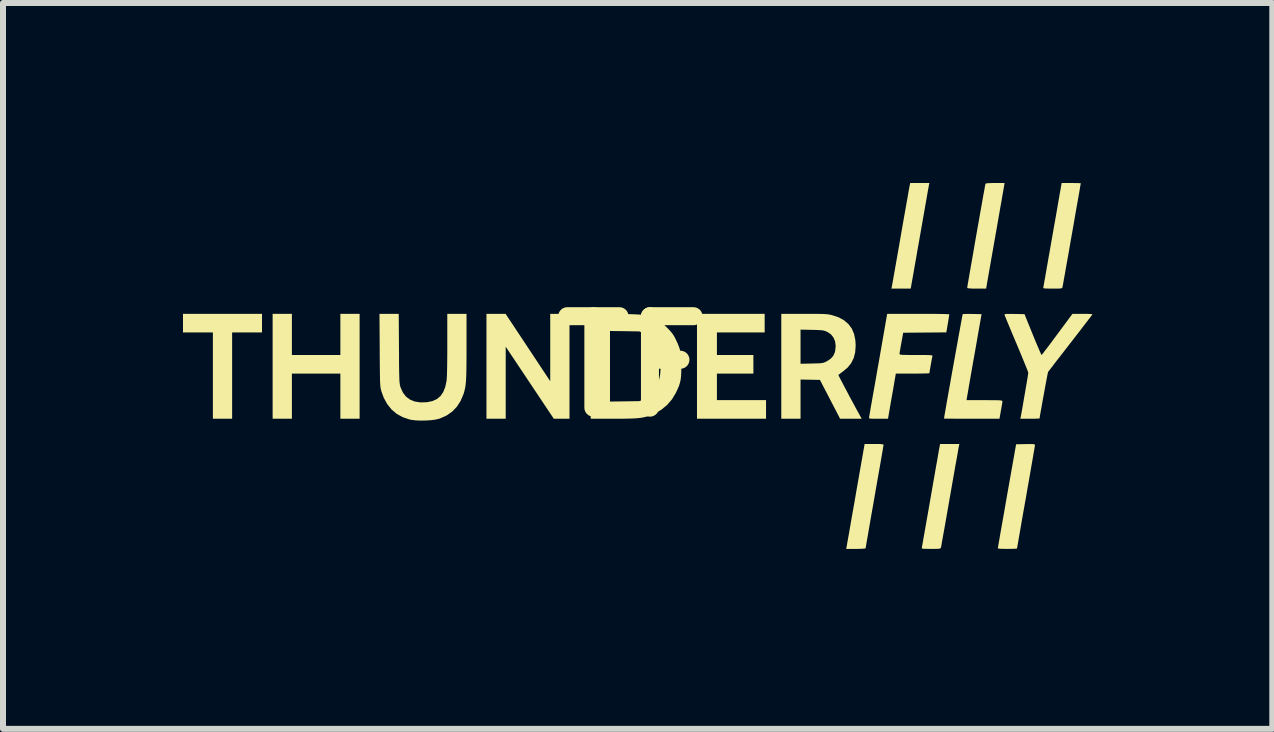
<source format=kicad_pcb>
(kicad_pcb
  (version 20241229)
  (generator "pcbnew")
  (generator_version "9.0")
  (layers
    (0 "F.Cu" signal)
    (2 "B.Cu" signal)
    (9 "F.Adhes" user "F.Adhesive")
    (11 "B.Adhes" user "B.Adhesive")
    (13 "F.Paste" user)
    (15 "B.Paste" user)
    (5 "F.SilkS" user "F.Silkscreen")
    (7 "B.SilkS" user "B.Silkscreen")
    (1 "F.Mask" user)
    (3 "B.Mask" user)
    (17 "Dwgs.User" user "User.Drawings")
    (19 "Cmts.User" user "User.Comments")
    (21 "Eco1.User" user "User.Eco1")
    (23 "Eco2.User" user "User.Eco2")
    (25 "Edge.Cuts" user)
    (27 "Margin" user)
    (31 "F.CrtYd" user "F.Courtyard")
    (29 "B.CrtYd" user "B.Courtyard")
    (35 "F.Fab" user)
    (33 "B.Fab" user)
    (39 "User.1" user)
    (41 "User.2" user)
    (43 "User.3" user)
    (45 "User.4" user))
  (footprint "TF"
    (layer "F.Cu")
    (at 7.493 3.055)
    (property "Reference" "TF" (at 0 0 0) (layer "F.SilkS") (effects (font (size 1.524 1.524) (thickness 0.3))))
    (attr through_hole)
    (fp_poly (pts (xy -6.176 -0.564) (xy -6.674 -0.564) (xy -6.674 0.874) (xy -6.995 0.874) (xy -6.995 -0.564) (xy -7.493 -0.564) (xy -7.493 -0.874) (xy -6.176 -0.874)) (stroke (width 0) (type solid)) (fill yes) (layer "F.SilkS"))
    (fp_poly (pts (xy -5.678 -0.188) (xy -4.87 -0.188) (xy -4.87 -0.874) (xy -4.549 -0.874) (xy -4.549 0.874) (xy -4.87 0.874) (xy -4.87 0.122) (xy -5.678 0.122) (xy -5.678 0.874) (xy -5.999 0.874) (xy -5.999 -0.874) (xy -5.678 -0.874)) (stroke (width 0) (type solid)) (fill yes) (layer "F.SilkS"))
    (fp_poly (pts (xy -1.744 -0.313) (xy -1.372 0.249) (xy -1.372 -0.313) (xy -1.372 -0.874) (xy -1.051 -0.874) (xy -1.051 0.874) (xy -1.313 0.874) (xy -2.114 -0.326) (xy -2.114 0.874) (xy -2.435 0.874) (xy -2.435 -0.874) (xy -2.116 -0.874)) (stroke (width 0) (type solid)) (fill yes) (layer "F.SilkS"))
    (fp_poly (pts (xy 2.202 -0.564) (xy 1.406 -0.564) (xy 1.406 -0.188) (xy 2.014 -0.188) (xy 2.014 0.122) (xy 1.406 0.122) (xy 1.406 0.564) (xy 2.225 0.564) (xy 2.225 0.874) (xy 1.074 0.874) (xy 1.074 -0.874) (xy 2.202 -0.874)) (stroke (width 0) (type solid)) (fill yes) (layer "F.SilkS"))
    (fp_poly (pts (xy 4.093 1.295) (xy 4.14 1.297) (xy 4.169 1.301) (xy 4.182 1.305) (xy 4.184 1.308) (xy 4.182 1.321) (xy 4.176 1.354) (xy 4.168 1.405) (xy 4.156 1.473) (xy 4.142 1.556) (xy 4.125 1.653) (xy 4.106 1.761) (xy 4.085 1.879) (xy 4.063 2.005) (xy 4.04 2.138) (xy 4.034 2.172) (xy 4.011 2.306) (xy 3.988 2.434) (xy 3.967 2.554) (xy 3.948 2.665) (xy 3.931 2.764) (xy 3.916 2.85) (xy 3.903 2.922) (xy 3.894 2.977) (xy 3.888 3.014) (xy 3.885 3.032) (xy 3.885 3.033) (xy 3.874 3.037) (xy 3.844 3.04) (xy 3.796 3.043) (xy 3.733 3.044) (xy 3.723 3.044) (xy 3.561 3.044) (xy 3.567 3.013) (xy 3.57 2.998) (xy 3.576 2.962) (xy 3.585 2.908) (xy 3.598 2.838) (xy 3.613 2.752) (xy 3.63 2.654) (xy 3.649 2.544) (xy 3.67 2.424) (xy 3.693 2.297) (xy 3.716 2.164) (xy 3.72 2.139) (xy 3.868 1.295) (xy 4.026 1.295)) (stroke (width 0) (type solid)) (fill yes) (layer "F.SilkS"))
    (fp_poly (pts (xy 6.196 -3.024) (xy 6.193 -3.009) (xy 6.187 -2.973) (xy 6.178 -2.919) (xy 6.165 -2.849) (xy 6.151 -2.763) (xy 6.133 -2.665) (xy 6.114 -2.555) (xy 6.093 -2.435) (xy 6.071 -2.308) (xy 6.047 -2.174) (xy 6.042 -2.144) (xy 5.893 -1.295) (xy 5.736 -1.295) (xy 5.671 -1.295) (xy 5.626 -1.297) (xy 5.597 -1.3) (xy 5.582 -1.304) (xy 5.578 -1.31) (xy 5.58 -1.323) (xy 5.585 -1.356) (xy 5.594 -1.407) (xy 5.605 -1.473) (xy 5.619 -1.553) (xy 5.635 -1.645) (xy 5.653 -1.746) (xy 5.672 -1.855) (xy 5.692 -1.97) (xy 5.712 -2.088) (xy 5.733 -2.207) (xy 5.754 -2.326) (xy 5.775 -2.443) (xy 5.794 -2.554) (xy 5.813 -2.659) (xy 5.83 -2.756) (xy 5.845 -2.842) (xy 5.859 -2.915) (xy 5.869 -2.973) (xy 5.877 -3.015) (xy 5.881 -3.037) (xy 5.882 -3.041) (xy 5.891 -3.047) (xy 5.914 -3.051) (xy 5.954 -3.053) (xy 6.012 -3.055) (xy 6.044 -3.055) (xy 6.2 -3.055)) (stroke (width 0) (type solid)) (fill yes) (layer "F.SilkS"))
    (fp_poly (pts (xy 4.942 -3.03) (xy 4.939 -3.015) (xy 4.933 -2.98) (xy 4.923 -2.927) (xy 4.911 -2.858) (xy 4.896 -2.773) (xy 4.879 -2.676) (xy 4.86 -2.567) (xy 4.839 -2.448) (xy 4.817 -2.322) (xy 4.794 -2.19) (xy 4.792 -2.18) (xy 4.769 -2.047) (xy 4.746 -1.92) (xy 4.726 -1.801) (xy 4.706 -1.691) (xy 4.689 -1.592) (xy 4.674 -1.506) (xy 4.661 -1.434) (xy 4.651 -1.379) (xy 4.645 -1.343) (xy 4.642 -1.326) (xy 4.642 -1.325) (xy 4.636 -1.295) (xy 4.314 -1.295) (xy 4.32 -1.32) (xy 4.323 -1.335) (xy 4.329 -1.369) (xy 4.339 -1.422) (xy 4.351 -1.492) (xy 4.366 -1.576) (xy 4.383 -1.673) (xy 4.402 -1.781) (xy 4.423 -1.899) (xy 4.445 -2.024) (xy 4.465 -2.142) (xy 4.488 -2.273) (xy 4.51 -2.399) (xy 4.531 -2.519) (xy 4.551 -2.629) (xy 4.568 -2.728) (xy 4.584 -2.815) (xy 4.596 -2.887) (xy 4.606 -2.943) (xy 4.613 -2.981) (xy 4.616 -2.997) (xy 4.628 -3.055) (xy 4.948 -3.055)) (stroke (width 0) (type solid)) (fill yes) (layer "F.SilkS"))
    (fp_poly (pts (xy 6.655 1.296) (xy 6.683 1.298) (xy 6.699 1.301) (xy 6.705 1.307) (xy 6.707 1.314) (xy 6.705 1.327) (xy 6.7 1.361) (xy 6.691 1.413) (xy 6.679 1.482) (xy 6.665 1.566) (xy 6.648 1.663) (xy 6.629 1.772) (xy 6.609 1.89) (xy 6.586 2.017) (xy 6.563 2.15) (xy 6.558 2.182) (xy 6.534 2.316) (xy 6.511 2.444) (xy 6.49 2.564) (xy 6.471 2.674) (xy 6.454 2.772) (xy 6.439 2.858) (xy 6.427 2.929) (xy 6.417 2.983) (xy 6.411 3.02) (xy 6.408 3.036) (xy 6.408 3.037) (xy 6.398 3.04) (xy 6.369 3.041) (xy 6.326 3.043) (xy 6.273 3.043) (xy 6.248 3.044) (xy 6.191 3.043) (xy 6.143 3.042) (xy 6.108 3.039) (xy 6.09 3.037) (xy 6.088 3.035) (xy 6.09 3.023) (xy 6.095 2.991) (xy 6.104 2.941) (xy 6.116 2.873) (xy 6.13 2.791) (xy 6.147 2.695) (xy 6.166 2.587) (xy 6.187 2.469) (xy 6.209 2.342) (xy 6.232 2.209) (xy 6.24 2.164) (xy 6.393 1.3) (xy 6.55 1.297) (xy 6.612 1.296)) (stroke (width 0) (type solid)) (fill yes) (layer "F.SilkS"))
    (fp_poly (pts (xy 5.442 1.32) (xy 5.439 1.334) (xy 5.432 1.369) (xy 5.423 1.422) (xy 5.411 1.492) (xy 5.396 1.576) (xy 5.378 1.674) (xy 5.359 1.783) (xy 5.338 1.902) (xy 5.316 2.028) (xy 5.293 2.161) (xy 5.29 2.175) (xy 5.267 2.308) (xy 5.245 2.435) (xy 5.224 2.554) (xy 5.205 2.663) (xy 5.187 2.762) (xy 5.172 2.847) (xy 5.159 2.917) (xy 5.15 2.972) (xy 5.143 3.008) (xy 5.14 3.024) (xy 5.14 3.024) (xy 5.135 3.032) (xy 5.125 3.037) (xy 5.106 3.041) (xy 5.074 3.043) (xy 5.027 3.043) (xy 4.975 3.044) (xy 4.913 3.043) (xy 4.87 3.042) (xy 4.842 3.041) (xy 4.827 3.037) (xy 4.821 3.032) (xy 4.821 3.024) (xy 4.824 3.01) (xy 4.83 2.977) (xy 4.839 2.924) (xy 4.851 2.856) (xy 4.866 2.772) (xy 4.883 2.675) (xy 4.902 2.567) (xy 4.923 2.449) (xy 4.945 2.323) (xy 4.968 2.191) (xy 4.97 2.18) (xy 4.993 2.047) (xy 5.015 1.92) (xy 5.036 1.801) (xy 5.055 1.691) (xy 5.073 1.592) (xy 5.088 1.506) (xy 5.1 1.434) (xy 5.11 1.379) (xy 5.117 1.343) (xy 5.12 1.326) (xy 5.12 1.325) (xy 5.126 1.295) (xy 5.448 1.295)) (stroke (width 0) (type solid)) (fill yes) (layer "F.SilkS"))
    (fp_poly (pts (xy 5.644 -0.872) (xy 5.663 -0.872) (xy 5.817 -0.869) (xy 5.699 -0.194) (xy 5.677 -0.073) (xy 5.657 0.042) (xy 5.638 0.149) (xy 5.621 0.247) (xy 5.606 0.333) (xy 5.594 0.406) (xy 5.584 0.463) (xy 5.577 0.502) (xy 5.574 0.522) (xy 5.573 0.523) (xy 5.567 0.564) (xy 5.866 0.564) (xy 5.955 0.565) (xy 6.025 0.565) (xy 6.078 0.566) (xy 6.115 0.567) (xy 6.14 0.57) (xy 6.155 0.573) (xy 6.163 0.577) (xy 6.165 0.582) (xy 6.165 0.583) (xy 6.163 0.6) (xy 6.158 0.634) (xy 6.15 0.681) (xy 6.141 0.734) (xy 6.14 0.737) (xy 6.116 0.874) (xy 5.654 0.874) (xy 5.555 0.874) (xy 5.463 0.874) (xy 5.381 0.874) (xy 5.311 0.873) (xy 5.255 0.873) (xy 5.215 0.872) (xy 5.194 0.872) (xy 5.191 0.872) (xy 5.194 0.853) (xy 5.2 0.815) (xy 5.21 0.76) (xy 5.222 0.69) (xy 5.236 0.607) (xy 5.253 0.513) (xy 5.271 0.41) (xy 5.291 0.3) (xy 5.311 0.185) (xy 5.332 0.067) (xy 5.354 -0.053) (xy 5.375 -0.171) (xy 5.396 -0.287) (xy 5.416 -0.397) (xy 5.434 -0.501) (xy 5.452 -0.596) (xy 5.467 -0.68) (xy 5.48 -0.751) (xy 5.49 -0.807) (xy 5.498 -0.846) (xy 5.502 -0.866) (xy 5.502 -0.869) (xy 5.515 -0.871) (xy 5.546 -0.872) (xy 5.59 -0.873)) (stroke (width 0) (type solid)) (fill yes) (layer "F.SilkS"))
    (fp_poly (pts (xy 7.368 -3.054) (xy 7.416 -3.054) (xy 7.45 -3.052) (xy 7.469 -3.051) (xy 7.471 -3.05) (xy 7.469 -3.038) (xy 7.463 -3.007) (xy 7.455 -2.957) (xy 7.444 -2.892) (xy 7.43 -2.813) (xy 7.414 -2.723) (xy 7.396 -2.623) (xy 7.377 -2.515) (xy 7.358 -2.401) (xy 7.337 -2.283) (xy 7.316 -2.164) (xy 7.295 -2.046) (xy 7.275 -1.929) (xy 7.255 -1.817) (xy 7.236 -1.712) (xy 7.219 -1.615) (xy 7.204 -1.528) (xy 7.19 -1.453) (xy 7.18 -1.394) (xy 7.172 -1.35) (xy 7.167 -1.325) (xy 7.166 -1.32) (xy 7.163 -1.31) (xy 7.157 -1.303) (xy 7.144 -1.299) (xy 7.121 -1.296) (xy 7.084 -1.295) (xy 7.03 -1.295) (xy 7.001 -1.295) (xy 6.939 -1.295) (xy 6.895 -1.296) (xy 6.867 -1.298) (xy 6.852 -1.301) (xy 6.846 -1.307) (xy 6.846 -1.314) (xy 6.846 -1.314) (xy 6.849 -1.328) (xy 6.855 -1.362) (xy 6.864 -1.414) (xy 6.877 -1.483) (xy 6.891 -1.567) (xy 6.908 -1.663) (xy 6.927 -1.772) (xy 6.948 -1.89) (xy 6.97 -2.016) (xy 6.993 -2.148) (xy 6.995 -2.158) (xy 7.018 -2.291) (xy 7.041 -2.419) (xy 7.062 -2.538) (xy 7.081 -2.649) (xy 7.098 -2.748) (xy 7.113 -2.835) (xy 7.126 -2.907) (xy 7.136 -2.963) (xy 7.142 -3.001) (xy 7.146 -3.018) (xy 7.146 -3.019) (xy 7.152 -3.055) (xy 7.311 -3.055)) (stroke (width 0) (type solid)) (fill yes) (layer "F.SilkS"))
    (fp_poly (pts (xy -0.274 -0.871) (xy -0.158 -0.87) (xy -0.063 -0.869) (xy 0.017 -0.867) (xy 0.082 -0.864) (xy 0.136 -0.86) (xy 0.181 -0.854) (xy 0.22 -0.846) (xy 0.255 -0.836) (xy 0.291 -0.823) (xy 0.328 -0.806) (xy 0.37 -0.787) (xy 0.387 -0.778) (xy 0.44 -0.751) (xy 0.484 -0.724) (xy 0.525 -0.691) (xy 0.57 -0.648) (xy 0.582 -0.637) (xy 0.628 -0.589) (xy 0.662 -0.548) (xy 0.69 -0.506) (xy 0.717 -0.455) (xy 0.723 -0.442) (xy 0.754 -0.376) (xy 0.776 -0.319) (xy 0.793 -0.266) (xy 0.803 -0.211) (xy 0.809 -0.149) (xy 0.812 -0.075) (xy 0.813 0) (xy 0.812 0.089) (xy 0.809 0.161) (xy 0.802 0.222) (xy 0.79 0.276) (xy 0.773 0.33) (xy 0.748 0.387) (xy 0.722 0.443) (xy 0.657 0.551) (xy 0.575 0.646) (xy 0.477 0.726) (xy 0.367 0.789) (xy 0.292 0.82) (xy 0.25 0.834) (xy 0.21 0.845) (xy 0.169 0.854) (xy 0.124 0.861) (xy 0.072 0.866) (xy 0.011 0.87) (xy -0.062 0.872) (xy -0.151 0.874) (xy -0.257 0.874) (xy -0.316 0.874) (xy -0.697 0.874) (xy -0.697 0.588) (xy -0.376 0.588) (xy 0.116 0.581) (xy 0.19 0.546) (xy 0.275 0.494) (xy 0.345 0.428) (xy 0.399 0.346) (xy 0.437 0.248) (xy 0.461 0.135) (xy 0.469 0.006) (xy 0.469 0) (xy 0.461 -0.13) (xy 0.439 -0.244) (xy 0.401 -0.342) (xy 0.347 -0.425) (xy 0.279 -0.492) (xy 0.194 -0.544) (xy 0.19 -0.546) (xy 0.116 -0.581) (xy -0.13 -0.585) (xy -0.376 -0.588) (xy -0.376 0.588) (xy -0.697 0.588) (xy -0.697 -0.876)) (stroke (width 0) (type solid)) (fill yes) (layer "F.SilkS"))
    (fp_poly (pts (xy 2.963 -0.874) (xy 3.047 -0.874) (xy 3.115 -0.873) (xy 3.169 -0.872) (xy 3.212 -0.87) (xy 3.246 -0.867) (xy 3.275 -0.863) (xy 3.3 -0.858) (xy 3.326 -0.852) (xy 3.327 -0.852) (xy 3.435 -0.816) (xy 3.526 -0.766) (xy 3.599 -0.703) (xy 3.655 -0.627) (xy 3.693 -0.537) (xy 3.714 -0.432) (xy 3.719 -0.346) (xy 3.711 -0.234) (xy 3.686 -0.137) (xy 3.644 -0.052) (xy 3.584 0.022) (xy 3.511 0.083) (xy 3.476 0.109) (xy 3.448 0.13) (xy 3.433 0.144) (xy 3.432 0.146) (xy 3.436 0.158) (xy 3.45 0.185) (xy 3.472 0.228) (xy 3.5 0.281) (xy 3.533 0.344) (xy 3.57 0.413) (xy 3.608 0.486) (xy 3.648 0.56) (xy 3.687 0.632) (xy 3.723 0.7) (xy 3.757 0.761) (xy 3.781 0.805) (xy 3.819 0.874) (xy 3.639 0.874) (xy 3.459 0.874) (xy 3.291 0.55) (xy 3.123 0.227) (xy 2.962 0.224) (xy 2.8 0.221) (xy 2.8 0.874) (xy 2.479 0.874) (xy 2.479 -0.042) (xy 2.8 -0.042) (xy 2.985 -0.046) (xy 3.054 -0.048) (xy 3.105 -0.049) (xy 3.142 -0.052) (xy 3.17 -0.056) (xy 3.193 -0.063) (xy 3.215 -0.072) (xy 3.237 -0.083) (xy 3.3 -0.124) (xy 3.345 -0.173) (xy 3.372 -0.233) (xy 3.377 -0.255) (xy 3.386 -0.338) (xy 3.376 -0.414) (xy 3.349 -0.479) (xy 3.306 -0.533) (xy 3.247 -0.573) (xy 3.245 -0.573) (xy 3.221 -0.584) (xy 3.198 -0.592) (xy 3.173 -0.598) (xy 3.141 -0.601) (xy 3.098 -0.604) (xy 3.04 -0.606) (xy 2.991 -0.607) (xy 2.8 -0.611) (xy 2.8 -0.042) (xy 2.479 -0.042) (xy 2.479 -0.874) (xy 2.859 -0.874)) (stroke (width 0) (type solid)) (fill yes) (layer "F.SilkS"))
    (fp_poly (pts (xy -3.893 -0.296) (xy -3.892 -0.168) (xy -3.892 -0.06) (xy -3.891 0.03) (xy -3.89 0.104) (xy -3.888 0.163) (xy -3.887 0.211) (xy -3.885 0.248) (xy -3.882 0.277) (xy -3.879 0.3) (xy -3.876 0.319) (xy -3.871 0.336) (xy -3.866 0.353) (xy -3.865 0.355) (xy -3.827 0.439) (xy -3.775 0.506) (xy -3.71 0.555) (xy -3.631 0.587) (xy -3.538 0.602) (xy -3.431 0.599) (xy -3.423 0.598) (xy -3.335 0.58) (xy -3.262 0.547) (xy -3.202 0.497) (xy -3.156 0.43) (xy -3.122 0.346) (xy -3.1 0.244) (xy -3.1 0.239) (xy -3.097 0.207) (xy -3.094 0.155) (xy -3.092 0.085) (xy -3.09 -0.002) (xy -3.089 -0.102) (xy -3.088 -0.214) (xy -3.088 -0.336) (xy -3.088 -0.36) (xy -3.088 -0.874) (xy -2.767 -0.874) (xy -2.767 -0.333) (xy -2.767 -0.194) (xy -2.768 -0.075) (xy -2.769 0.026) (xy -2.77 0.111) (xy -2.773 0.183) (xy -2.776 0.243) (xy -2.781 0.294) (xy -2.786 0.337) (xy -2.794 0.376) (xy -2.802 0.411) (xy -2.812 0.446) (xy -2.818 0.465) (xy -2.866 0.578) (xy -2.929 0.675) (xy -3.006 0.755) (xy -3.098 0.82) (xy -3.206 0.868) (xy -3.226 0.875) (xy -3.287 0.889) (xy -3.363 0.899) (xy -3.447 0.904) (xy -3.533 0.905) (xy -3.615 0.902) (xy -3.686 0.893) (xy -3.716 0.887) (xy -3.831 0.848) (xy -3.931 0.793) (xy -4.016 0.721) (xy -4.088 0.632) (xy -4.146 0.527) (xy -4.185 0.42) (xy -4.19 0.402) (xy -4.195 0.384) (xy -4.199 0.365) (xy -4.202 0.342) (xy -4.205 0.314) (xy -4.207 0.278) (xy -4.209 0.234) (xy -4.21 0.178) (xy -4.211 0.108) (xy -4.212 0.024) (xy -4.213 -0.078) (xy -4.214 -0.199) (xy -4.214 -0.268) (xy -4.218 -0.874) (xy -3.897 -0.874)) (stroke (width 0) (type solid)) (fill yes) (layer "F.SilkS"))
    (fp_poly (pts (xy 4.866 -0.874) (xy 4.964 -0.874) (xy 5.052 -0.873) (xy 5.129 -0.872) (xy 5.193 -0.871) (xy 5.24 -0.869) (xy 5.27 -0.868) (xy 5.279 -0.866) (xy 5.278 -0.853) (xy 5.273 -0.822) (xy 5.266 -0.777) (xy 5.257 -0.724) (xy 5.255 -0.711) (xy 5.23 -0.565) (xy 4.871 -0.562) (xy 4.511 -0.559) (xy 4.481 -0.393) (xy 4.47 -0.334) (xy 4.461 -0.281) (xy 4.454 -0.24) (xy 4.45 -0.213) (xy 4.45 -0.208) (xy 4.451 -0.202) (xy 4.457 -0.197) (xy 4.469 -0.194) (xy 4.491 -0.191) (xy 4.526 -0.19) (xy 4.574 -0.189) (xy 4.64 -0.188) (xy 4.726 -0.188) (xy 4.727 -0.188) (xy 4.812 -0.188) (xy 4.878 -0.188) (xy 4.927 -0.187) (xy 4.96 -0.185) (xy 4.982 -0.183) (xy 4.994 -0.18) (xy 4.999 -0.175) (xy 4.998 -0.169) (xy 4.998 -0.169) (xy 4.995 -0.152) (xy 4.988 -0.12) (xy 4.98 -0.076) (xy 4.971 -0.028) (xy 4.963 0.021) (xy 4.955 0.064) (xy 4.95 0.097) (xy 4.947 0.115) (xy 4.947 0.116) (xy 4.937 0.117) (xy 4.907 0.119) (xy 4.861 0.12) (xy 4.802 0.121) (xy 4.732 0.122) (xy 4.668 0.122) (xy 4.388 0.122) (xy 4.346 0.368) (xy 4.332 0.449) (xy 4.317 0.532) (xy 4.303 0.612) (xy 4.291 0.681) (xy 4.282 0.736) (xy 4.28 0.744) (xy 4.258 0.874) (xy 4.098 0.874) (xy 4.035 0.874) (xy 3.992 0.874) (xy 3.964 0.872) (xy 3.948 0.869) (xy 3.942 0.863) (xy 3.941 0.855) (xy 3.942 0.849) (xy 3.945 0.835) (xy 3.951 0.8) (xy 3.96 0.747) (xy 3.972 0.677) (xy 3.987 0.593) (xy 4.004 0.495) (xy 4.024 0.385) (xy 4.045 0.266) (xy 4.067 0.139) (xy 4.09 0.006) (xy 4.096 -0.025) (xy 4.244 -0.874) (xy 4.762 -0.874)) (stroke (width 0) (type solid)) (fill yes) (layer "F.SilkS"))
    (fp_poly (pts (xy 7.57 -0.874) (xy 7.618 -0.872) (xy 7.648 -0.87) (xy 7.662 -0.866) (xy 7.663 -0.861) (xy 7.655 -0.85) (xy 7.635 -0.824) (xy 7.603 -0.783) (xy 7.562 -0.729) (xy 7.512 -0.665) (xy 7.456 -0.591) (xy 7.393 -0.51) (xy 7.326 -0.423) (xy 7.294 -0.382) (xy 7.225 -0.293) (xy 7.16 -0.209) (xy 7.1 -0.132) (xy 7.047 -0.064) (xy 7.003 -0.005) (xy 6.967 0.041) (xy 6.941 0.074) (xy 6.928 0.092) (xy 6.926 0.095) (xy 6.923 0.107) (xy 6.916 0.138) (xy 6.907 0.185) (xy 6.896 0.244) (xy 6.883 0.313) (xy 6.869 0.389) (xy 6.855 0.468) (xy 6.84 0.547) (xy 6.826 0.625) (xy 6.814 0.696) (xy 6.802 0.759) (xy 6.793 0.811) (xy 6.787 0.848) (xy 6.785 0.867) (xy 6.784 0.869) (xy 6.774 0.871) (xy 6.745 0.872) (xy 6.702 0.874) (xy 6.649 0.874) (xy 6.624 0.874) (xy 6.463 0.874) (xy 6.469 0.849) (xy 6.473 0.829) (xy 6.48 0.791) (xy 6.489 0.739) (xy 6.501 0.675) (xy 6.513 0.603) (xy 6.526 0.526) (xy 6.54 0.447) (xy 6.553 0.37) (xy 6.566 0.296) (xy 6.577 0.231) (xy 6.586 0.176) (xy 6.592 0.135) (xy 6.596 0.112) (xy 6.596 0.107) (xy 6.592 0.094) (xy 6.58 0.062) (xy 6.561 0.014) (xy 6.536 -0.047) (xy 6.506 -0.121) (xy 6.472 -0.204) (xy 6.434 -0.295) (xy 6.401 -0.373) (xy 6.361 -0.468) (xy 6.323 -0.558) (xy 6.289 -0.64) (xy 6.259 -0.712) (xy 6.234 -0.772) (xy 6.216 -0.817) (xy 6.204 -0.846) (xy 6.201 -0.855) (xy 6.2 -0.863) (xy 6.205 -0.868) (xy 6.218 -0.871) (xy 6.244 -0.873) (xy 6.284 -0.873) (xy 6.343 -0.872) (xy 6.364 -0.872) (xy 6.533 -0.869) (xy 6.671 -0.528) (xy 6.704 -0.447) (xy 6.735 -0.373) (xy 6.763 -0.308) (xy 6.785 -0.255) (xy 6.803 -0.216) (xy 6.814 -0.193) (xy 6.817 -0.188) (xy 6.825 -0.197) (xy 6.845 -0.221) (xy 6.874 -0.26) (xy 6.913 -0.31) (xy 6.959 -0.371) (xy 7.01 -0.44) (xy 7.066 -0.515) (xy 7.078 -0.531) (xy 7.332 -0.874) (xy 7.502 -0.874)) (stroke (width 0) (type solid)) (fill yes) (layer "F.SilkS")))
  (gr_rect
    (start -3 -3)
    (end 18.156 9.098)
    (stroke (width 0.1) (type default))
    (fill no)
    (layer "Edge.Cuts")))
</source>
